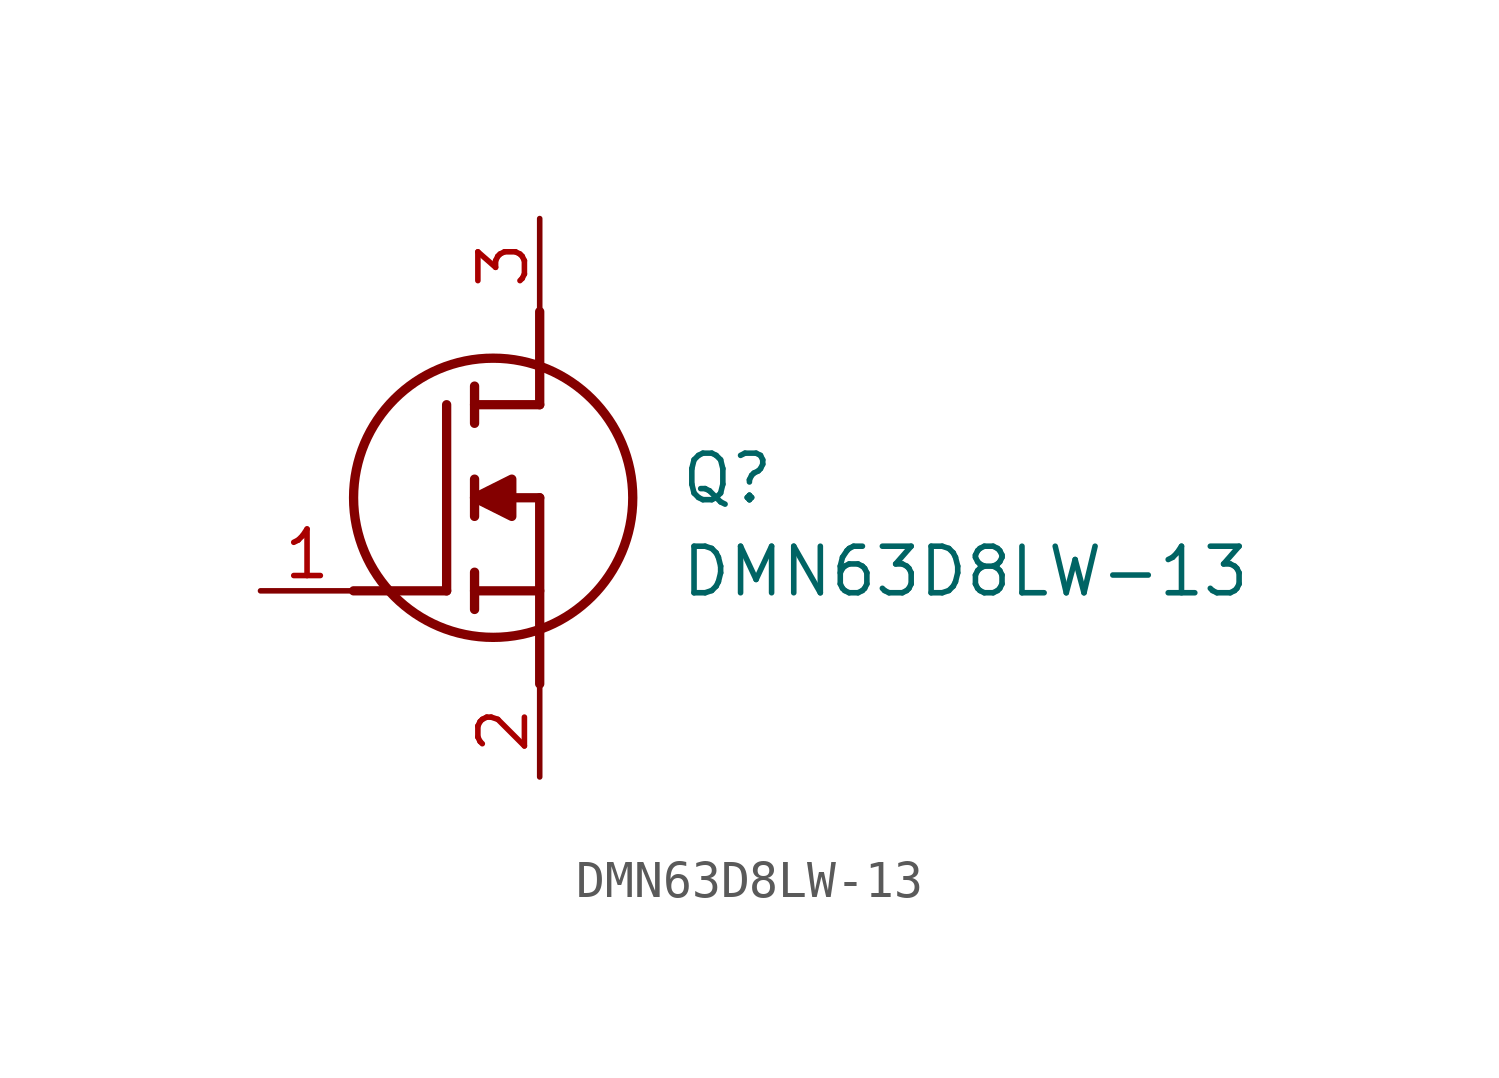
<source format=kicad_sym>
(kicad_symbol_lib
  (version 20211014)
  (generator SamacSys_ECAD_Model)
  (symbol "DMN63D8LW-13"
    (pin_names hide)
    (property "Reference" "Q"
      (at 11.43 3.81 0)
      (effects (font (size 1.27 1.27)) (justify left top)))
    (property "Value" "DMN63D8LW-13"
      (at 11.43 1.27 0)
      (effects (font (size 1.27 1.27)) (justify left top)))
    (polyline
      (pts (xy 7.62 2.54) (xy 7.62 -2.54))
      (stroke (width 0.254) (type default))
      (fill (type none)))
    (polyline
      (pts (xy 7.62 5.08) (xy 7.62 7.62))
      (stroke (width 0.254) (type default))
      (fill (type none)))
    (polyline
      (pts (xy 2.54 0) (xy 5.08 0))
      (stroke (width 0.254) (type default))
      (fill (type none)))
    (polyline
      (pts (xy 5.08 5.08) (xy 5.08 0))
      (stroke (width 0.254) (type default))
      (fill (type none)))
    (polyline
      (pts (xy 7.62 2.54) (xy 5.842 2.54))
      (stroke (width 0.254) (type default))
      (fill (type none)))
    (polyline
      (pts (xy 7.62 5.08) (xy 5.842 5.08))
      (stroke (width 0.254) (type default))
      (fill (type none)))
    (polyline
      (pts (xy 5.842 0) (xy 7.62 0))
      (stroke (width 0.254) (type default))
      (fill (type none)))
    (polyline
      (pts (xy 5.842 5.588) (xy 5.842 4.572))
      (stroke (width 0.254) (type default))
      (fill (type none)))
    (polyline
      (pts (xy 5.842 -0.508) (xy 5.842 0.508))
      (stroke (width 0.254) (type default))
      (fill (type none)))
    (polyline
      (pts (xy 5.842 2.032) (xy 5.842 3.048))
      (stroke (width 0.254) (type default))
      (fill (type none)))
    (circle
      (center 6.35 2.54)
      (radius 3.81)
      (stroke (width 0.254) (type default))
      (fill (type none)))
    (polyline
      (pts (xy 5.842 2.54) (xy 6.858 3.048) (xy 6.858 2.032) (xy 5.842 2.54))
      (stroke (width 0.254) (type default))
      (fill (type outline)))
    (pin passive line
      (at 0 0 0)
      (length 2.54)
      (name "G" (effects (font (size 1.27 1.27))))
      (number "1" (effects (font (size 1.27 1.27)))))
    (pin passive line
      (at 7.62 10.16 270)
      (length 2.54)
      (name "D" (effects (font (size 1.27 1.27))))
      (number "3" (effects (font (size 1.27 1.27)))))
    (pin passive line
      (at 7.62 -5.08 90)
      (length 2.54)
      (name "S" (effects (font (size 1.27 1.27))))
      (number "2" (effects (font (size 1.27 1.27)))))))
</source>
